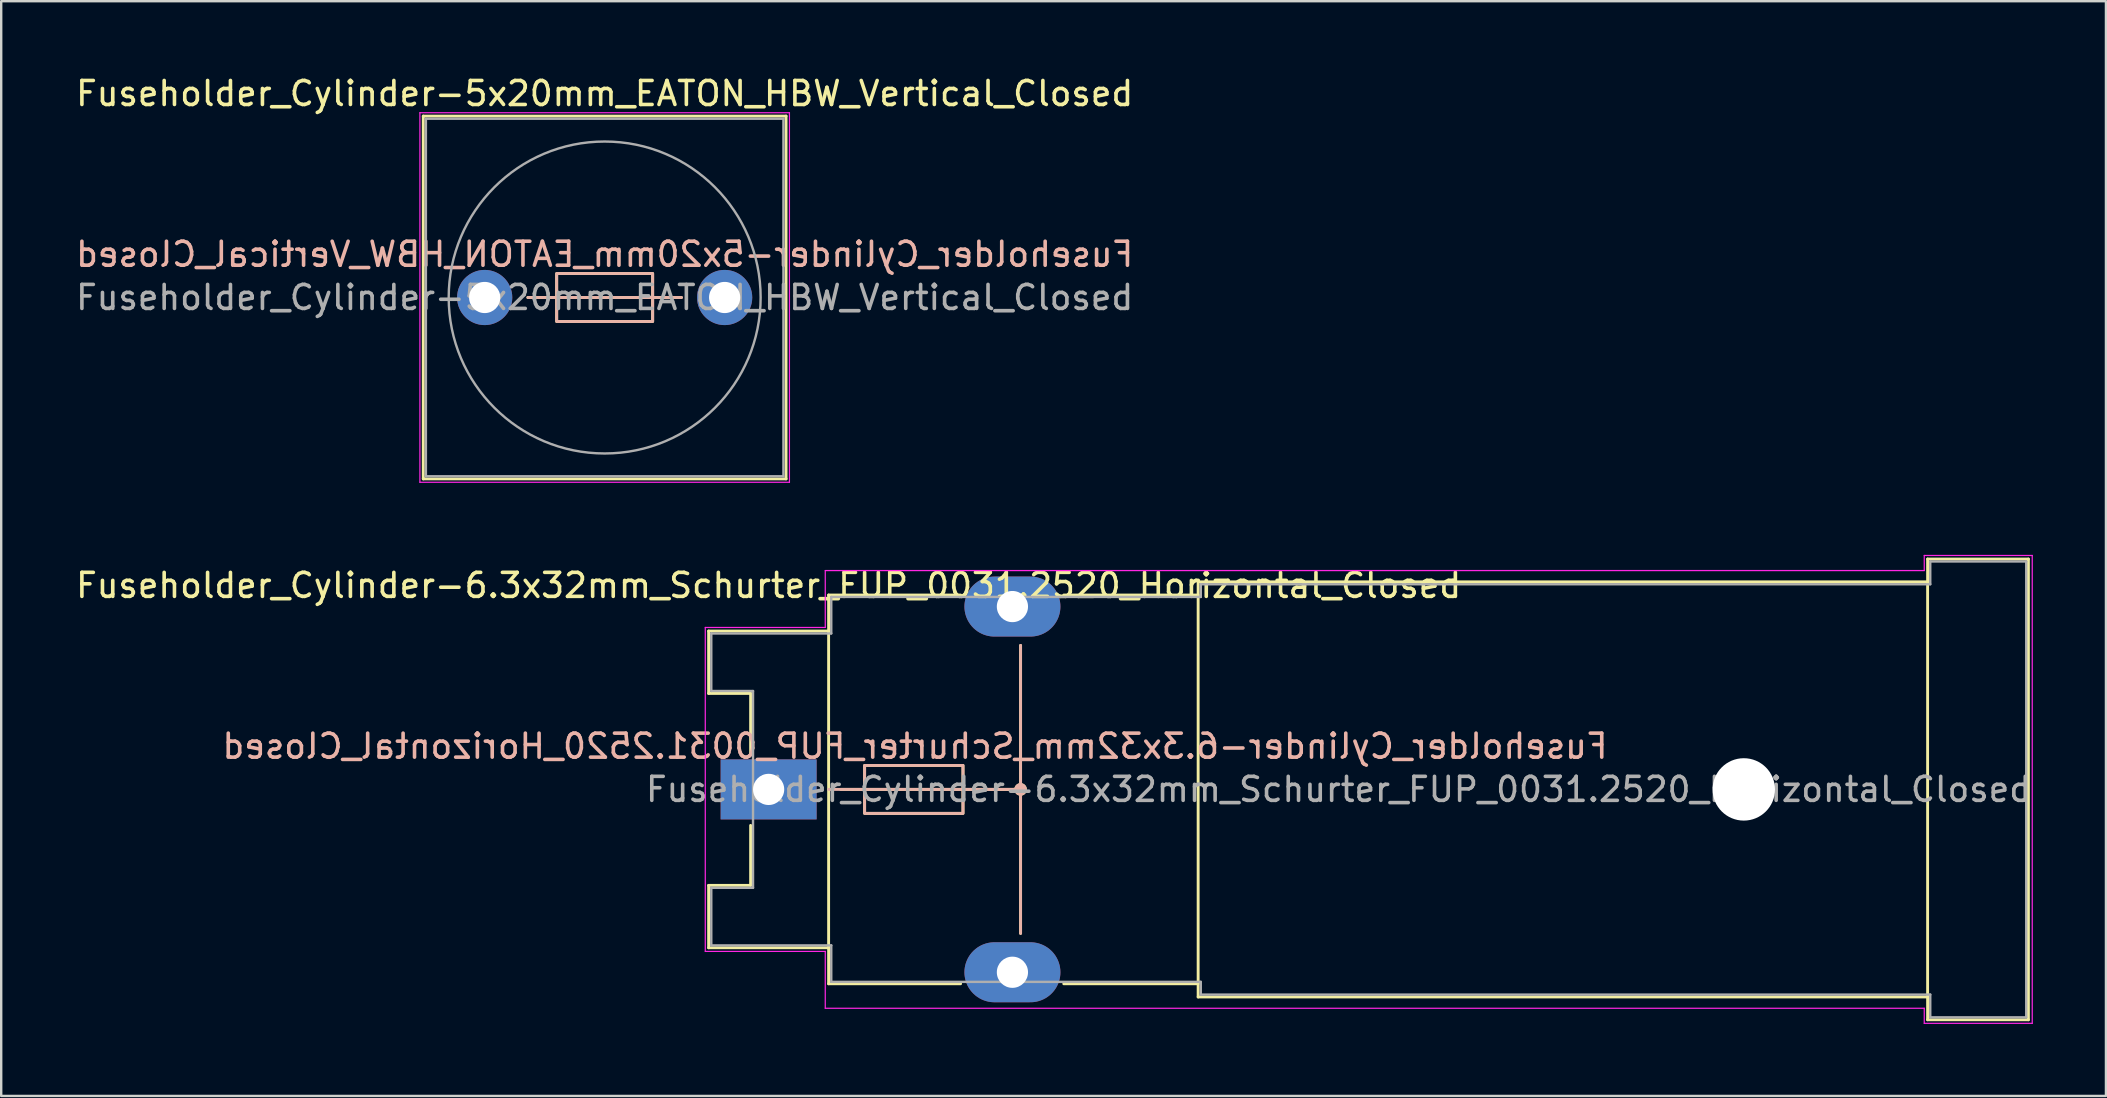
<source format=kicad_pcb>
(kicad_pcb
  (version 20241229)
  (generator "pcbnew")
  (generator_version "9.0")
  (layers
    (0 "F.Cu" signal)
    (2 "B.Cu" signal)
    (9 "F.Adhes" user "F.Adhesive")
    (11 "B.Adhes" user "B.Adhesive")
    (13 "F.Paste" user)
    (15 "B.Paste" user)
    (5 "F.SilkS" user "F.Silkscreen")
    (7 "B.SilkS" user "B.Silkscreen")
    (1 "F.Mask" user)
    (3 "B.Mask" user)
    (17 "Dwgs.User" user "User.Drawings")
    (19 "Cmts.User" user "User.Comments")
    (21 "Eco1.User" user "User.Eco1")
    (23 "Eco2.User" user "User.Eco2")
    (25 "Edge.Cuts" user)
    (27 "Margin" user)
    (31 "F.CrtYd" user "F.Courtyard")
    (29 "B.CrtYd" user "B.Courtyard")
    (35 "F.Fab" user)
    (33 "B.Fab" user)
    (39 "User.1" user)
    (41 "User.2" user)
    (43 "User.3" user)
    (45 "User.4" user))
  (footprint "Fuseholder_Cylinder-6.3x32mm_Schurter_FUP_0031.2520_Horizontal_Closed"
    (layer "F.Cu")
    (at 28.982 29.848)
    (property "Reference" "Fuseholder_Cylinder-6.3x32mm_Schurter_FUP_0031.2520_Horizontal_Closed" (at 0 -8.5 0) (layer "F.SilkS") (effects (font (size 1 1) (thickness 0.15))))
    (fp_line (start -2.5 -6.6) (end 2.5 -6.6) (stroke (width 0.12) (type solid)) (layer "F.SilkS"))
    (fp_line (start -2.5 -4) (end -2.5 -6.6) (stroke (width 0.12) (type solid)) (layer "F.SilkS"))
    (fp_line (start -2.5 4) (end -0.75 4) (stroke (width 0.12) (type solid)) (layer "F.SilkS"))
    (fp_line (start -2.5 6.6) (end -2.5 4) (stroke (width 0.12) (type solid)) (layer "F.SilkS"))
    (fp_line (start -2.5 6.6) (end 2.5 6.6) (stroke (width 0.12) (type solid)) (layer "F.SilkS"))
    (fp_line (start -0.75 -4) (end -2.5 -4) (stroke (width 0.12) (type solid)) (layer "F.SilkS"))
    (fp_line (start -0.75 -1.5) (end -0.75 -4) (stroke (width 0.12) (type solid)) (layer "F.SilkS"))
    (fp_line (start -0.75 4) (end -0.75 1.5) (stroke (width 0.12) (type solid)) (layer "F.SilkS"))
    (fp_line (start 2.5 -8.1) (end 8 -8.1) (stroke (width 0.12) (type solid)) (layer "F.SilkS"))
    (fp_line (start 2.5 8.1) (end 2.5 -8.1) (stroke (width 0.12) (type solid)) (layer "F.SilkS"))
    (fp_line (start 2.5 8.1) (end 8 8.1) (stroke (width 0.12) (type solid)) (layer "F.SilkS"))
    (fp_line (start 3.5 0) (end 3 0) (stroke (width 0.12) (type solid)) (layer "F.SilkS"))
    (fp_line (start 3.5 0) (end 10.5 0) (stroke (width 0.12) (type solid)) (layer "F.SilkS"))
    (fp_line (start 10.2 0) (end 10.5 0) (stroke (width 0.12) (type solid)) (layer "F.SilkS"))
    (fp_line (start 10.5 0) (end 10.5 -6) (stroke (width 0.12) (type solid)) (layer "F.SilkS"))
    (fp_line (start 10.5 0) (end 10.5 6) (stroke (width 0.12) (type solid)) (layer "F.SilkS"))
    (fp_line (start 12.3 -8.1) (end 17.9 -8.1) (stroke (width 0.12) (type solid)) (layer "F.SilkS"))
    (fp_line (start 12.3 8.1) (end 17.9 8.1) (stroke (width 0.12) (type solid)) (layer "F.SilkS"))
    (fp_line (start 17.9 -8.65) (end 48.3 -8.65) (stroke (width 0.12) (type solid)) (layer "F.SilkS"))
    (fp_line (start 17.9 8.65) (end 17.9 -8.65) (stroke (width 0.12) (type solid)) (layer "F.SilkS"))
    (fp_line (start 17.9 8.65) (end 48.3 8.65) (stroke (width 0.12) (type solid)) (layer "F.SilkS"))
    (fp_line (start 48.3 -9.6) (end 52.5 -9.6) (stroke (width 0.12) (type solid)) (layer "F.SilkS"))
    (fp_line (start 48.3 9.6) (end 48.3 -9.6) (stroke (width 0.12) (type solid)) (layer "F.SilkS"))
    (fp_line (start 48.3 9.6) (end 52.5 9.6) (stroke (width 0.12) (type solid)) (layer "F.SilkS"))
    (fp_line (start 52.5 -9.6) (end 52.5 9.6) (stroke (width 0.12) (type solid)) (layer "F.SilkS"))
    (fp_rect (start 4 -1) (end 8.1 1) (stroke (width 0.12) (type solid)) (fill no) (layer "F.SilkS"))
    (fp_circle (center 10.5 0) (end 10.6 -0.025) (stroke (width 0.12) (type solid)) (fill no) (layer "F.SilkS"))
    (fp_circle (center 10.5 0) (end 10.675 -0.1) (stroke (width 0.12) (type solid)) (fill no) (layer "F.SilkS"))
    (fp_line (start 2.5 0) (end 10.5 0) (stroke (width 0.12) (type solid)) (layer "B.SilkS"))
    (fp_line (start 10.5 -6) (end 10.5 6) (stroke (width 0.12) (type solid)) (layer "B.SilkS"))
    (fp_rect (start 4 -1) (end 8.1 1) (stroke (width 0.12) (type solid)) (fill no) (layer "B.SilkS"))
    (fp_circle (center 10.5 0) (end 10.7 0) (stroke (width 0.12) (type solid)) (fill yes) (layer "B.SilkS"))
    (fp_line (start -2.64 -6.75) (end 2.36 -6.75) (stroke (width 0.05) (type solid)) (layer "F.CrtYd"))
    (fp_line (start -2.64 6.75) (end -2.64 -6.75) (stroke (width 0.05) (type solid)) (layer "F.CrtYd"))
    (fp_line (start -2.64 6.75) (end 2.36 6.75) (stroke (width 0.05) (type solid)) (layer "F.CrtYd"))
    (fp_line (start 2.36 -9.12) (end 2.36 -6.75) (stroke (width 0.05) (type solid)) (layer "F.CrtYd"))
    (fp_line (start 2.36 -9.12) (end 48.16 -9.12) (stroke (width 0.05) (type solid)) (layer "F.CrtYd"))
    (fp_line (start 2.36 6.75) (end 2.36 9.12) (stroke (width 0.05) (type solid)) (layer "F.CrtYd"))
    (fp_line (start 48.16 -9.75) (end 48.16 -9.12) (stroke (width 0.05) (type solid)) (layer "F.CrtYd"))
    (fp_line (start 48.16 -9.75) (end 52.66 -9.75) (stroke (width 0.05) (type solid)) (layer "F.CrtYd"))
    (fp_line (start 48.16 9.12) (end 2.36 9.12) (stroke (width 0.05) (type solid)) (layer "F.CrtYd"))
    (fp_line (start 48.16 9.12) (end 48.16 9.75) (stroke (width 0.05) (type solid)) (layer "F.CrtYd"))
    (fp_line (start 48.16 9.75) (end 52.66 9.75) (stroke (width 0.05) (type solid)) (layer "F.CrtYd"))
    (fp_line (start 52.66 -9.75) (end 52.66 9.75) (stroke (width 0.05) (type solid)) (layer "F.CrtYd"))
    (fp_line (start -2.39 -4.1) (end -2.39 -6.5) (stroke (width 0.1) (type solid)) (layer "F.Fab"))
    (fp_line (start -2.39 -4.1) (end -0.65 -4.1) (stroke (width 0.1) (type solid)) (layer "F.Fab"))
    (fp_line (start -2.39 4.1) (end -2.39 6.5) (stroke (width 0.1) (type solid)) (layer "F.Fab"))
    (fp_line (start -2.39 6.5) (end 2.61 6.5) (stroke (width 0.1) (type solid)) (layer "F.Fab"))
    (fp_line (start -0.65 -4.1) (end -0.65 4.1) (stroke (width 0.1) (type solid)) (layer "F.Fab"))
    (fp_line (start -0.65 4.1) (end -2.39 4.1) (stroke (width 0.1) (type solid)) (layer "F.Fab"))
    (fp_line (start 2.61 -8.02) (end 2.61 -6.5) (stroke (width 0.1) (type solid)) (layer "F.Fab"))
    (fp_line (start 2.61 -6.5) (end -2.39 -6.5) (stroke (width 0.1) (type solid)) (layer "F.Fab"))
    (fp_line (start 2.61 6.5) (end 2.61 8.02) (stroke (width 0.1) (type solid)) (layer "F.Fab"))
    (fp_line (start 2.61 8.02) (end 18.01 8.02) (stroke (width 0.1) (type solid)) (layer "F.Fab"))
    (fp_line (start 18.01 -8.55) (end 18.01 -8.02) (stroke (width 0.1) (type solid)) (layer "F.Fab"))
    (fp_line (start 18.01 -8.02) (end 2.61 -8.02) (stroke (width 0.1) (type solid)) (layer "F.Fab"))
    (fp_line (start 18.01 8.02) (end 18.01 8.55) (stroke (width 0.1) (type solid)) (layer "F.Fab"))
    (fp_line (start 18.01 8.55) (end 48.41 8.55) (stroke (width 0.1) (type solid)) (layer "F.Fab"))
    (fp_line (start 48.41 -9.5) (end 48.41 -8.55) (stroke (width 0.1) (type solid)) (layer "F.Fab"))
    (fp_line (start 48.41 -8.55) (end 18.01 -8.55) (stroke (width 0.1) (type solid)) (layer "F.Fab"))
    (fp_line (start 48.41 8.55) (end 48.41 9.5) (stroke (width 0.1) (type solid)) (layer "F.Fab"))
    (fp_line (start 48.41 9.5) (end 52.41 9.5) (stroke (width 0.1) (type solid)) (layer "F.Fab"))
    (fp_line (start 52.41 -9.5) (end 48.41 -9.5) (stroke (width 0.1) (type solid)) (layer "F.Fab"))
    (fp_line (start 52.41 -9.5) (end 52.41 9.5) (stroke (width 0.1) (type solid)) (layer "F.Fab"))
    (fp_text user "${REFERENCE}" (at 6.1 -1.8 0) (layer "B.SilkS") (effects (font (size 1 1) (thickness 0.15)) (justify mirror)))
    (fp_text user "${REFERENCE}" (at 23.75 0 0) (layer "F.Fab") (effects (font (size 1 1) (thickness 0.15))))
    (pad "" np_thru_hole circle (at 40.64 0) (size 2.6 2.6) (drill 2.6) (layers "*.Cu" "*.Mask"))
    (pad "1" thru_hole rect (at 0 0) (size 4 2.5) (drill 1.3) (layers "*.Cu" "*.Mask"))
    (pad "2" thru_hole oval (at 10.16 -7.62) (size 4 2.5) (drill 1.3) (layers "*.Cu" "*.Mask"))
    (pad "2" thru_hole oval (at 10.16 7.62) (size 4 2.5) (drill 1.3) (layers "*.Cu" "*.Mask")))
  (footprint "Fuseholder_Cylinder-5x20mm_EATON_HBW_Vertical_Closed"
    (layer "F.Cu")
    (at 17.149 9.348)
    (property "Reference" "Fuseholder_Cylinder-5x20mm_EATON_HBW_Vertical_Closed" (at 5 -8.5 0) (layer "F.SilkS") (effects (font (size 1 1) (thickness 0.15))))
    (fp_line (start -2.56 -7.56) (end 12.56 -7.56) (stroke (width 0.12) (type solid)) (layer "F.SilkS"))
    (fp_line (start -2.56 7.56) (end -2.56 -7.56) (stroke (width 0.12) (type solid)) (layer "F.SilkS"))
    (fp_line (start 3 0) (end 1.8 0) (stroke (width 0.12) (type solid)) (layer "F.SilkS"))
    (fp_line (start 8.2 0) (end 3 0) (stroke (width 0.12) (type solid)) (layer "F.SilkS"))
    (fp_line (start 12.56 -7.56) (end 12.56 7.56) (stroke (width 0.12) (type solid)) (layer "F.SilkS"))
    (fp_line (start 12.56 7.56) (end -2.56 7.56) (stroke (width 0.12) (type solid)) (layer "F.SilkS"))
    (fp_rect (start 3 -1) (end 7 1) (stroke (width 0.12) (type solid)) (fill no) (layer "F.SilkS"))
    (fp_line (start 8.2 0) (end 1.8 0) (stroke (width 0.12) (type solid)) (layer "B.SilkS"))
    (fp_rect (start 3 -1) (end 7 1) (stroke (width 0.12) (type solid)) (fill no) (layer "B.SilkS"))
    (fp_line (start -2.7 -7.7) (end 12.7 -7.7) (stroke (width 0.05) (type solid)) (layer "F.CrtYd"))
    (fp_line (start -2.7 7.7) (end -2.7 -7.7) (stroke (width 0.05) (type solid)) (layer "F.CrtYd"))
    (fp_line (start 12.7 -7.7) (end 12.7 7.7) (stroke (width 0.05) (type solid)) (layer "F.CrtYd"))
    (fp_line (start 12.7 7.7) (end -2.7 7.7) (stroke (width 0.05) (type solid)) (layer "F.CrtYd"))
    (fp_line (start -2.45 -7.45) (end 12.45 -7.45) (stroke (width 0.1) (type solid)) (layer "F.Fab"))
    (fp_line (start -2.45 7.45) (end -2.45 -7.45) (stroke (width 0.1) (type solid)) (layer "F.Fab"))
    (fp_line (start 12.45 -7.45) (end 12.45 7.45) (stroke (width 0.1) (type solid)) (layer "F.Fab"))
    (fp_line (start 12.45 7.45) (end -2.45 7.45) (stroke (width 0.1) (type solid)) (layer "F.Fab"))
    (fp_circle (center 5 0) (end 11.5 0) (stroke (width 0.1) (type solid)) (fill no) (layer "F.Fab"))
    (fp_text user "${REFERENCE}" (at 5 -1.8 0) (layer "B.SilkS") (effects (font (size 1 1) (thickness 0.15)) (justify mirror)))
    (fp_text user "${REFERENCE}" (at 5 0 0) (layer "F.Fab") (effects (font (size 1 1) (thickness 0.15))))
    (pad "1" thru_hole circle (at 0 0) (size 2.3 2.3) (drill 1.3) (layers "*.Cu" "*.Mask"))
    (pad "2" thru_hole circle (at 10 0) (size 2.3 2.3) (drill 1.3) (layers "*.Cu" "*.Mask")))
  (gr_rect
    (start -3 -3)
    (end 84.714 42.623)
    (stroke (width 0.1) (type default))
    (fill no)
    (layer "Edge.Cuts")))
</source>
